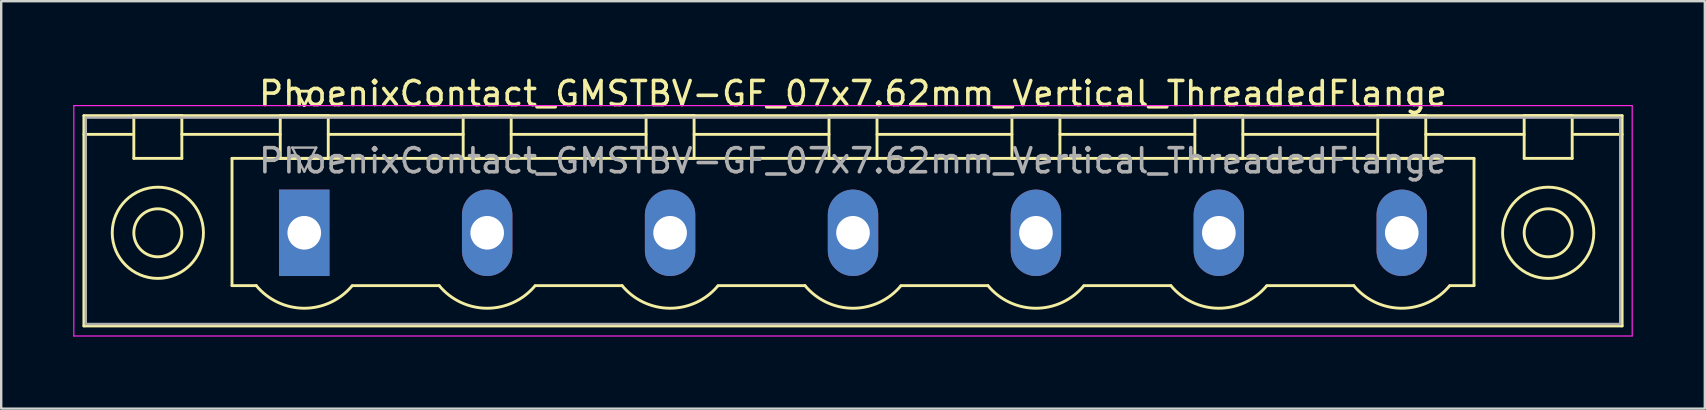
<source format=kicad_pcb>
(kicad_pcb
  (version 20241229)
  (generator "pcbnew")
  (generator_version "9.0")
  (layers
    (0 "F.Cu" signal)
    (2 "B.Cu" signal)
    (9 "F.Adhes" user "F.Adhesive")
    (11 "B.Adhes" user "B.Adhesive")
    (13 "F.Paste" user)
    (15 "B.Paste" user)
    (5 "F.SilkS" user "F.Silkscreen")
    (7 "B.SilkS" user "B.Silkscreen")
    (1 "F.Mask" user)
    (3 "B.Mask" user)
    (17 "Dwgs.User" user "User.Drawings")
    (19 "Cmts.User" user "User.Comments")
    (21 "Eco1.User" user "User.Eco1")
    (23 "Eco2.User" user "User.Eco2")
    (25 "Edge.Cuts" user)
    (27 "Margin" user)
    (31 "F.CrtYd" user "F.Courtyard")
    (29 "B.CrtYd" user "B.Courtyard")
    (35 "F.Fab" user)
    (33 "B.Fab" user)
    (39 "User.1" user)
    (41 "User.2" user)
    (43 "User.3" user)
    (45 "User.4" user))
  (footprint "PhoenixContact_GMSTBV-GF_07x7.62mm_Vertical_ThreadedFlange"
    (layer "F.Cu")
    (at 9.625 6.648)
    (property "Reference" "PhoenixContact_GMSTBV-GF_07x7.62mm_Vertical_ThreadedFlange" (at 22.86 -5.8 0) (layer "F.SilkS") (effects (font (size 1 1) (thickness 0.15))))
    (attr through_hole)
    (fp_line (start -9.18 -4.88) (end -9.18 3.88) (stroke (width 0.12) (type solid)) (layer "F.SilkS"))
    (fp_line (start -9.18 -4.1) (end -7.18 -4.1) (stroke (width 0.12) (type solid)) (layer "F.SilkS"))
    (fp_line (start -9.18 3.88) (end 54.9 3.88) (stroke (width 0.12) (type solid)) (layer "F.SilkS"))
    (fp_line (start -7.1 -4.88) (end -5.1 -4.88) (stroke (width 0.12) (type solid)) (layer "F.SilkS"))
    (fp_line (start -7.1 -3.1) (end -7.1 -4.88) (stroke (width 0.12) (type solid)) (layer "F.SilkS"))
    (fp_line (start -5.1 -4.88) (end -5.1 -3.1) (stroke (width 0.12) (type solid)) (layer "F.SilkS"))
    (fp_line (start -5.1 -4.1) (end -1 -4.1) (stroke (width 0.12) (type solid)) (layer "F.SilkS"))
    (fp_line (start -5.1 -3.1) (end -7.1 -3.1) (stroke (width 0.12) (type solid)) (layer "F.SilkS"))
    (fp_line (start -3.01 -3.1) (end 48.73 -3.1) (stroke (width 0.12) (type solid)) (layer "F.SilkS"))
    (fp_line (start -3.01 2.2) (end -3.01 -3.1) (stroke (width 0.12) (type solid)) (layer "F.SilkS"))
    (fp_line (start -2 2.2) (end -3.01 2.2) (stroke (width 0.12) (type solid)) (layer "F.SilkS"))
    (fp_line (start -1 -4.88) (end 1 -4.88) (stroke (width 0.12) (type solid)) (layer "F.SilkS"))
    (fp_line (start -1 -3.1) (end -1 -4.88) (stroke (width 0.12) (type solid)) (layer "F.SilkS"))
    (fp_line (start -0.3 -5.9) (end 0.3 -5.9) (stroke (width 0.12) (type solid)) (layer "F.SilkS"))
    (fp_line (start 0 -5.3) (end -0.3 -5.9) (stroke (width 0.12) (type solid)) (layer "F.SilkS"))
    (fp_line (start 0.3 -5.9) (end 0 -5.3) (stroke (width 0.12) (type solid)) (layer "F.SilkS"))
    (fp_line (start 1 -4.88) (end 1 -3.1) (stroke (width 0.12) (type solid)) (layer "F.SilkS"))
    (fp_line (start 1 -4.1) (end 6.62 -4.1) (stroke (width 0.12) (type solid)) (layer "F.SilkS"))
    (fp_line (start 1 -3.1) (end -1 -3.1) (stroke (width 0.12) (type solid)) (layer "F.SilkS"))
    (fp_line (start 2 2.2) (end 5.62 2.2) (stroke (width 0.12) (type solid)) (layer "F.SilkS"))
    (fp_line (start 6.62 -4.88) (end 8.62 -4.88) (stroke (width 0.12) (type solid)) (layer "F.SilkS"))
    (fp_line (start 6.62 -3.1) (end 6.62 -4.88) (stroke (width 0.12) (type solid)) (layer "F.SilkS"))
    (fp_line (start 8.62 -4.88) (end 8.62 -3.1) (stroke (width 0.12) (type solid)) (layer "F.SilkS"))
    (fp_line (start 8.62 -4.1) (end 14.24 -4.1) (stroke (width 0.12) (type solid)) (layer "F.SilkS"))
    (fp_line (start 8.62 -3.1) (end 6.62 -3.1) (stroke (width 0.12) (type solid)) (layer "F.SilkS"))
    (fp_line (start 9.62 2.2) (end 13.24 2.2) (stroke (width 0.12) (type solid)) (layer "F.SilkS"))
    (fp_line (start 14.24 -4.88) (end 16.24 -4.88) (stroke (width 0.12) (type solid)) (layer "F.SilkS"))
    (fp_line (start 14.24 -3.1) (end 14.24 -4.88) (stroke (width 0.12) (type solid)) (layer "F.SilkS"))
    (fp_line (start 16.24 -4.88) (end 16.24 -3.1) (stroke (width 0.12) (type solid)) (layer "F.SilkS"))
    (fp_line (start 16.24 -4.1) (end 21.86 -4.1) (stroke (width 0.12) (type solid)) (layer "F.SilkS"))
    (fp_line (start 16.24 -3.1) (end 14.24 -3.1) (stroke (width 0.12) (type solid)) (layer "F.SilkS"))
    (fp_line (start 17.24 2.2) (end 20.86 2.2) (stroke (width 0.12) (type solid)) (layer "F.SilkS"))
    (fp_line (start 21.86 -4.88) (end 23.86 -4.88) (stroke (width 0.12) (type solid)) (layer "F.SilkS"))
    (fp_line (start 21.86 -3.1) (end 21.86 -4.88) (stroke (width 0.12) (type solid)) (layer "F.SilkS"))
    (fp_line (start 23.86 -4.88) (end 23.86 -3.1) (stroke (width 0.12) (type solid)) (layer "F.SilkS"))
    (fp_line (start 23.86 -4.1) (end 29.48 -4.1) (stroke (width 0.12) (type solid)) (layer "F.SilkS"))
    (fp_line (start 23.86 -3.1) (end 21.86 -3.1) (stroke (width 0.12) (type solid)) (layer "F.SilkS"))
    (fp_line (start 24.86 2.2) (end 28.48 2.2) (stroke (width 0.12) (type solid)) (layer "F.SilkS"))
    (fp_line (start 29.48 -4.88) (end 31.48 -4.88) (stroke (width 0.12) (type solid)) (layer "F.SilkS"))
    (fp_line (start 29.48 -3.1) (end 29.48 -4.88) (stroke (width 0.12) (type solid)) (layer "F.SilkS"))
    (fp_line (start 31.48 -4.88) (end 31.48 -3.1) (stroke (width 0.12) (type solid)) (layer "F.SilkS"))
    (fp_line (start 31.48 -4.1) (end 37.1 -4.1) (stroke (width 0.12) (type solid)) (layer "F.SilkS"))
    (fp_line (start 31.48 -3.1) (end 29.48 -3.1) (stroke (width 0.12) (type solid)) (layer "F.SilkS"))
    (fp_line (start 32.48 2.2) (end 36.1 2.2) (stroke (width 0.12) (type solid)) (layer "F.SilkS"))
    (fp_line (start 37.1 -4.88) (end 39.1 -4.88) (stroke (width 0.12) (type solid)) (layer "F.SilkS"))
    (fp_line (start 37.1 -3.1) (end 37.1 -4.88) (stroke (width 0.12) (type solid)) (layer "F.SilkS"))
    (fp_line (start 39.1 -4.88) (end 39.1 -3.1) (stroke (width 0.12) (type solid)) (layer "F.SilkS"))
    (fp_line (start 39.1 -4.1) (end 44.72 -4.1) (stroke (width 0.12) (type solid)) (layer "F.SilkS"))
    (fp_line (start 39.1 -3.1) (end 37.1 -3.1) (stroke (width 0.12) (type solid)) (layer "F.SilkS"))
    (fp_line (start 40.1 2.2) (end 43.72 2.2) (stroke (width 0.12) (type solid)) (layer "F.SilkS"))
    (fp_line (start 44.72 -4.88) (end 46.72 -4.88) (stroke (width 0.12) (type solid)) (layer "F.SilkS"))
    (fp_line (start 44.72 -3.1) (end 44.72 -4.88) (stroke (width 0.12) (type solid)) (layer "F.SilkS"))
    (fp_line (start 46.72 -4.88) (end 46.72 -3.1) (stroke (width 0.12) (type solid)) (layer "F.SilkS"))
    (fp_line (start 46.72 -4.1) (end 50.82 -4.1) (stroke (width 0.12) (type solid)) (layer "F.SilkS"))
    (fp_line (start 46.72 -3.1) (end 44.72 -3.1) (stroke (width 0.12) (type solid)) (layer "F.SilkS"))
    (fp_line (start 48.73 -3.1) (end 48.73 2.2) (stroke (width 0.12) (type solid)) (layer "F.SilkS"))
    (fp_line (start 48.73 2.2) (end 47.72 2.2) (stroke (width 0.12) (type solid)) (layer "F.SilkS"))
    (fp_line (start 50.82 -4.88) (end 52.82 -4.88) (stroke (width 0.12) (type solid)) (layer "F.SilkS"))
    (fp_line (start 50.82 -3.1) (end 50.82 -4.88) (stroke (width 0.12) (type solid)) (layer "F.SilkS"))
    (fp_line (start 52.82 -4.88) (end 52.82 -3.1) (stroke (width 0.12) (type solid)) (layer "F.SilkS"))
    (fp_line (start 52.82 -3.1) (end 50.82 -3.1) (stroke (width 0.12) (type solid)) (layer "F.SilkS"))
    (fp_line (start 54.9 -4.88) (end -9.18 -4.88) (stroke (width 0.12) (type solid)) (layer "F.SilkS"))
    (fp_line (start 54.9 -4.1) (end 52.9 -4.1) (stroke (width 0.12) (type solid)) (layer "F.SilkS"))
    (fp_line (start 54.9 3.88) (end 54.9 -4.88) (stroke (width 0.12) (type solid)) (layer "F.SilkS"))
    (fp_arc (start 1.986842 2.215821) (mid -0.010289 3.142758) (end -2 2.2) (stroke (width 0.12) (type solid)) (layer "F.SilkS"))
    (fp_arc (start 9.606842 2.215821) (mid 7.609711 3.142758) (end 5.62 2.2) (stroke (width 0.12) (type solid)) (layer "F.SilkS"))
    (fp_arc (start 17.226842 2.215821) (mid 15.229711 3.142758) (end 13.24 2.2) (stroke (width 0.12) (type solid)) (layer "F.SilkS"))
    (fp_arc (start 24.846842 2.215821) (mid 22.849711 3.142758) (end 20.86 2.2) (stroke (width 0.12) (type solid)) (layer "F.SilkS"))
    (fp_arc (start 32.466842 2.215821) (mid 30.469711 3.142758) (end 28.48 2.2) (stroke (width 0.12) (type solid)) (layer "F.SilkS"))
    (fp_arc (start 40.086842 2.215821) (mid 38.089711 3.142758) (end 36.1 2.2) (stroke (width 0.12) (type solid)) (layer "F.SilkS"))
    (fp_arc (start 47.706842 2.215821) (mid 45.709711 3.142758) (end 43.72 2.2) (stroke (width 0.12) (type solid)) (layer "F.SilkS"))
    (fp_circle (center -6.1 0) (end -5.1 0) (stroke (width 0.12) (type solid)) (fill no) (layer "F.SilkS"))
    (fp_circle (center -6.1 0) (end -4.2 0) (stroke (width 0.12) (type solid)) (fill no) (layer "F.SilkS"))
    (fp_circle (center 51.82 0) (end 52.82 0) (stroke (width 0.12) (type solid)) (fill no) (layer "F.SilkS"))
    (fp_circle (center 51.82 0) (end 53.72 0) (stroke (width 0.12) (type solid)) (fill no) (layer "F.SilkS"))
    (fp_line (start -9.6 -5.3) (end -9.6 4.3) (stroke (width 0.05) (type solid)) (layer "F.CrtYd"))
    (fp_line (start -9.6 4.3) (end 55.32 4.3) (stroke (width 0.05) (type solid)) (layer "F.CrtYd"))
    (fp_line (start 55.32 -5.3) (end -9.6 -5.3) (stroke (width 0.05) (type solid)) (layer "F.CrtYd"))
    (fp_line (start 55.32 4.3) (end 55.32 -5.3) (stroke (width 0.05) (type solid)) (layer "F.CrtYd"))
    (fp_line (start -9.1 -4.8) (end -9.1 3.8) (stroke (width 0.1) (type solid)) (layer "F.Fab"))
    (fp_line (start -9.1 3.8) (end 54.82 3.8) (stroke (width 0.1) (type solid)) (layer "F.Fab"))
    (fp_line (start -0.5 -3.55) (end 0.5 -3.55) (stroke (width 0.1) (type solid)) (layer "F.Fab"))
    (fp_line (start 0 -2.55) (end -0.5 -3.55) (stroke (width 0.1) (type solid)) (layer "F.Fab"))
    (fp_line (start 0.5 -3.55) (end 0 -2.55) (stroke (width 0.1) (type solid)) (layer "F.Fab"))
    (fp_line (start 54.82 -4.8) (end -9.1 -4.8) (stroke (width 0.1) (type solid)) (layer "F.Fab"))
    (fp_line (start 54.82 3.8) (end 54.82 -4.8) (stroke (width 0.1) (type solid)) (layer "F.Fab"))
    (fp_text user "${REFERENCE}" (at 22.86 -3 0) (layer "F.Fab") (effects (font (size 1 1) (thickness 0.15))))
    (pad "1" thru_hole rect (at 0 0) (size 2.1 3.6) (drill 1.4) (layers "*.Cu" "*.Mask"))
    (pad "2" thru_hole oval (at 7.62 0) (size 2.1 3.6) (drill 1.4) (layers "*.Cu" "*.Mask"))
    (pad "3" thru_hole oval (at 15.24 0) (size 2.1 3.6) (drill 1.4) (layers "*.Cu" "*.Mask"))
    (pad "4" thru_hole oval (at 22.86 0) (size 2.1 3.6) (drill 1.4) (layers "*.Cu" "*.Mask"))
    (pad "5" thru_hole oval (at 30.48 0) (size 2.1 3.6) (drill 1.4) (layers "*.Cu" "*.Mask"))
    (pad "6" thru_hole oval (at 38.1 0) (size 2.1 3.6) (drill 1.4) (layers "*.Cu" "*.Mask"))
    (pad "7" thru_hole oval (at 45.72 0) (size 2.1 3.6) (drill 1.4) (layers "*.Cu" "*.Mask")))
  (gr_rect
    (start -3 -3)
    (end 67.97 13.973)
    (stroke (width 0.1) (type default))
    (fill no)
    (layer "Edge.Cuts")))
</source>
